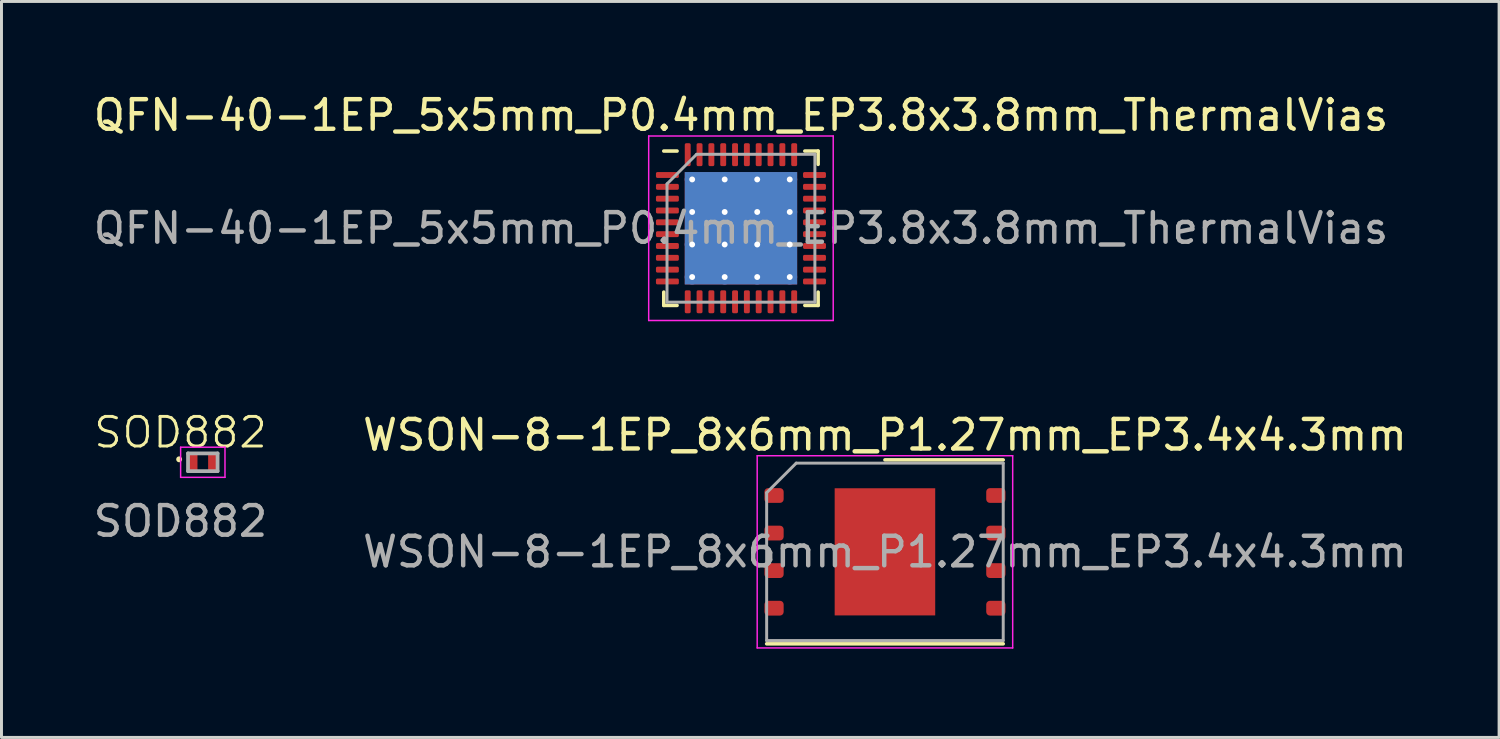
<source format=kicad_pcb>
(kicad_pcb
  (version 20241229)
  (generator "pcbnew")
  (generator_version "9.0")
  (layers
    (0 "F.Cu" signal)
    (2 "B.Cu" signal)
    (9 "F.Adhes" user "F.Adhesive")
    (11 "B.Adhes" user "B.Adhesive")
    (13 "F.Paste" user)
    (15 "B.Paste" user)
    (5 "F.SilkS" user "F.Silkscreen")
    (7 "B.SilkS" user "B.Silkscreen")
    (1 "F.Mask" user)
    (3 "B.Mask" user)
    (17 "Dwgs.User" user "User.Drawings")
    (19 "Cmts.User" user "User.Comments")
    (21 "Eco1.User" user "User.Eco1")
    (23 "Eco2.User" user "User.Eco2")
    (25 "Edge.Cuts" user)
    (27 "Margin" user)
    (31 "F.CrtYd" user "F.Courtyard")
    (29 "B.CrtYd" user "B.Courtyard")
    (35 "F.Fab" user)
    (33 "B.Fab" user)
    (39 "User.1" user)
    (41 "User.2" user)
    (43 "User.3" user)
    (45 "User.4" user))
  (footprint "SOD882"
    (layer "F.Cu")
    (at 3.814 12.584)
    (property "Reference" "SOD882" (at -0.76 -1.01 0) (unlocked yes) (layer "F.SilkS") (effects (font (size 1 1) (thickness 0.1))))
    (attr smd)
    (fp_circle (center -0.806 -0.102) (end -0.756 -0.102) (stroke (width 0.1) (type solid)) (fill no) (layer "F.SilkS"))
    (fp_line (start -0.756 -0.512) (end 0.744 -0.512) (stroke (width 0.05) (type solid)) (layer "F.CrtYd"))
    (fp_line (start -0.756 0.508) (end -0.756 -0.512) (stroke (width 0.05) (type solid)) (layer "F.CrtYd"))
    (fp_line (start 0.744 -0.512) (end 0.744 0.508) (stroke (width 0.05) (type solid)) (layer "F.CrtYd"))
    (fp_line (start 0.744 0.508) (end -0.756 0.508) (stroke (width 0.05) (type solid)) (layer "F.CrtYd"))
    (fp_line (start -0.506 -0.302) (end 0.494 -0.302) (stroke (width 0.127) (type solid)) (layer "F.Fab"))
    (fp_line (start -0.506 0.298) (end -0.506 -0.302) (stroke (width 0.127) (type solid)) (layer "F.Fab"))
    (fp_line (start 0.494 -0.302) (end 0.494 0.298) (stroke (width 0.127) (type solid)) (layer "F.Fab"))
    (fp_line (start 0.494 0.298) (end -0.506 0.298) (stroke (width 0.127) (type solid)) (layer "F.Fab"))
    (fp_text user "${REFERENCE}" (at -0.76 1.99 0) (unlocked yes) (layer "F.Fab") (effects (font (size 1 1) (thickness 0.15))))
    (pad "1" smd rect (at -0.331 -0.002) (size 0.29 0.53) (layers "F.Cu" "F.Mask" "F.Paste"))
    (pad "2" smd rect (at 0.319 -0.002) (size 0.29 0.53) (layers "F.Cu" "F.Mask" "F.Paste")))
  (footprint "QFN-40-1EP_5x5mm_P0.4mm_EP3.8x3.8mm_ThermalVias"
    (layer "F.Cu")
    (at 22.006 4.668)
    (property "Reference" "QFN-40-1EP_5x5mm_P0.4mm_EP3.8x3.8mm_ThermalVias" (at 0 -3.82 0) (layer "F.SilkS") (effects (font (size 1 1) (thickness 0.15))))
    (attr smd)
    (fp_line (start -2.61 2.61) (end -2.61 2.16) (stroke (width 0.12) (type solid)) (layer "F.SilkS"))
    (fp_line (start -2.16 -2.61) (end -2.61 -2.61) (stroke (width 0.12) (type solid)) (layer "F.SilkS"))
    (fp_line (start -2.16 2.61) (end -2.61 2.61) (stroke (width 0.12) (type solid)) (layer "F.SilkS"))
    (fp_line (start 2.16 -2.61) (end 2.61 -2.61) (stroke (width 0.12) (type solid)) (layer "F.SilkS"))
    (fp_line (start 2.16 2.61) (end 2.61 2.61) (stroke (width 0.12) (type solid)) (layer "F.SilkS"))
    (fp_line (start 2.61 -2.61) (end 2.61 -2.16) (stroke (width 0.12) (type solid)) (layer "F.SilkS"))
    (fp_line (start 2.61 2.61) (end 2.61 2.16) (stroke (width 0.12) (type solid)) (layer "F.SilkS"))
    (fp_line (start -3.12 -3.12) (end -3.12 3.12) (stroke (width 0.05) (type solid)) (layer "F.CrtYd"))
    (fp_line (start -3.12 3.12) (end 3.12 3.12) (stroke (width 0.05) (type solid)) (layer "F.CrtYd"))
    (fp_line (start 3.12 -3.12) (end -3.12 -3.12) (stroke (width 0.05) (type solid)) (layer "F.CrtYd"))
    (fp_line (start 3.12 3.12) (end 3.12 -3.12) (stroke (width 0.05) (type solid)) (layer "F.CrtYd"))
    (fp_line (start -2.5 -1.5) (end -1.5 -2.5) (stroke (width 0.1) (type solid)) (layer "F.Fab"))
    (fp_line (start -2.5 2.5) (end -2.5 -1.5) (stroke (width 0.1) (type solid)) (layer "F.Fab"))
    (fp_line (start -1.5 -2.5) (end 2.5 -2.5) (stroke (width 0.1) (type solid)) (layer "F.Fab"))
    (fp_line (start 2.5 -2.5) (end 2.5 2.5) (stroke (width 0.1) (type solid)) (layer "F.Fab"))
    (fp_line (start 2.5 2.5) (end -2.5 2.5) (stroke (width 0.1) (type solid)) (layer "F.Fab"))
    (fp_text user "${REFERENCE}" (at 0 0 0) (layer "F.Fab") (effects (font (size 1 1) (thickness 0.15))))
    (pad "" smd custom (at -1.1 -1.1) (size 0.865 0.865) (layers "F.Paste") (options (anchor circle)) (primitives (gr_poly (pts (xy 0.375 -0.279) (xy 0.375 0.279) (xy 0.279 0.375) (xy -0.279 0.375) (xy -0.375 0.279) (xy -0.375 -0.279) (xy -0.279 -0.375) (xy 0.279 -0.375)) (width 0.232) (fill yes))))
    (pad "" smd custom (at -1.1 0) (size 0.865 0.865) (layers "F.Paste") (options (anchor circle)) (primitives (gr_poly (pts (xy 0.375 -0.279) (xy 0.375 0.279) (xy 0.279 0.375) (xy -0.279 0.375) (xy -0.375 0.279) (xy -0.375 -0.279) (xy -0.279 -0.375) (xy 0.279 -0.375)) (width 0.232) (fill yes))))
    (pad "" smd custom (at -1.1 1.1) (size 0.865 0.865) (layers "F.Paste") (options (anchor circle)) (primitives (gr_poly (pts (xy 0.375 -0.279) (xy 0.375 0.279) (xy 0.279 0.375) (xy -0.279 0.375) (xy -0.375 0.279) (xy -0.375 -0.279) (xy -0.279 -0.375) (xy 0.279 -0.375)) (width 0.232) (fill yes))))
    (pad "" smd custom (at 0 -1.1) (size 0.865 0.865) (layers "F.Paste") (options (anchor circle)) (primitives (gr_poly (pts (xy 0.375 -0.279) (xy 0.375 0.279) (xy 0.279 0.375) (xy -0.279 0.375) (xy -0.375 0.279) (xy -0.375 -0.279) (xy -0.279 -0.375) (xy 0.279 -0.375)) (width 0.232) (fill yes))))
    (pad "" smd custom (at 0 0) (size 0.865 0.865) (layers "F.Paste") (options (anchor circle)) (primitives (gr_poly (pts (xy 0.375 -0.279) (xy 0.375 0.279) (xy 0.279 0.375) (xy -0.279 0.375) (xy -0.375 0.279) (xy -0.375 -0.279) (xy -0.279 -0.375) (xy 0.279 -0.375)) (width 0.232) (fill yes))))
    (pad "" smd custom (at 0 1.1) (size 0.865 0.865) (layers "F.Paste") (options (anchor circle)) (primitives (gr_poly (pts (xy 0.375 -0.279) (xy 0.375 0.279) (xy 0.279 0.375) (xy -0.279 0.375) (xy -0.375 0.279) (xy -0.375 -0.279) (xy -0.279 -0.375) (xy 0.279 -0.375)) (width 0.232) (fill yes))))
    (pad "" smd custom (at 1.1 -1.1) (size 0.865 0.865) (layers "F.Paste") (options (anchor circle)) (primitives (gr_poly (pts (xy 0.375 -0.279) (xy 0.375 0.279) (xy 0.279 0.375) (xy -0.279 0.375) (xy -0.375 0.279) (xy -0.375 -0.279) (xy -0.279 -0.375) (xy 0.279 -0.375)) (width 0.232) (fill yes))))
    (pad "" smd custom (at 1.1 0) (size 0.865 0.865) (layers "F.Paste") (options (anchor circle)) (primitives (gr_poly (pts (xy 0.375 -0.279) (xy 0.375 0.279) (xy 0.279 0.375) (xy -0.279 0.375) (xy -0.375 0.279) (xy -0.375 -0.279) (xy -0.279 -0.375) (xy 0.279 -0.375)) (width 0.232) (fill yes))))
    (pad "" smd custom (at 1.1 1.1) (size 0.865 0.865) (layers "F.Paste") (options (anchor circle)) (primitives (gr_poly (pts (xy 0.375 -0.279) (xy 0.375 0.279) (xy 0.279 0.375) (xy -0.279 0.375) (xy -0.375 0.279) (xy -0.375 -0.279) (xy -0.279 -0.375) (xy 0.279 -0.375)) (width 0.232) (fill yes))))
    (pad "1" smd roundrect (at -2.487 -1.8) (size 0.775 0.2) (layers "F.Cu" "F.Mask" "F.Paste") (roundrect_rratio 0.25))
    (pad "2" smd roundrect (at -2.487 -1.4) (size 0.775 0.2) (layers "F.Cu" "F.Mask" "F.Paste") (roundrect_rratio 0.25))
    (pad "3" smd roundrect (at -2.487 -1) (size 0.775 0.2) (layers "F.Cu" "F.Mask" "F.Paste") (roundrect_rratio 0.25))
    (pad "4" smd roundrect (at -2.487 -0.6) (size 0.775 0.2) (layers "F.Cu" "F.Mask" "F.Paste") (roundrect_rratio 0.25))
    (pad "5" smd roundrect (at -2.487 -0.2) (size 0.775 0.2) (layers "F.Cu" "F.Mask" "F.Paste") (roundrect_rratio 0.25))
    (pad "6" smd roundrect (at -2.487 0.2) (size 0.775 0.2) (layers "F.Cu" "F.Mask" "F.Paste") (roundrect_rratio 0.25))
    (pad "7" smd roundrect (at -2.487 0.6) (size 0.775 0.2) (layers "F.Cu" "F.Mask" "F.Paste") (roundrect_rratio 0.25))
    (pad "8" smd roundrect (at -2.487 1) (size 0.775 0.2) (layers "F.Cu" "F.Mask" "F.Paste") (roundrect_rratio 0.25))
    (pad "9" smd roundrect (at -2.487 1.4) (size 0.775 0.2) (layers "F.Cu" "F.Mask" "F.Paste") (roundrect_rratio 0.25))
    (pad "10" smd roundrect (at -2.487 1.8) (size 0.775 0.2) (layers "F.Cu" "F.Mask" "F.Paste") (roundrect_rratio 0.25))
    (pad "11" smd roundrect (at -1.8 2.487) (size 0.2 0.775) (layers "F.Cu" "F.Mask" "F.Paste") (roundrect_rratio 0.25))
    (pad "12" smd roundrect (at -1.4 2.487) (size 0.2 0.775) (layers "F.Cu" "F.Mask" "F.Paste") (roundrect_rratio 0.25))
    (pad "13" smd roundrect (at -1 2.487) (size 0.2 0.775) (layers "F.Cu" "F.Mask" "F.Paste") (roundrect_rratio 0.25))
    (pad "14" smd roundrect (at -0.6 2.487) (size 0.2 0.775) (layers "F.Cu" "F.Mask" "F.Paste") (roundrect_rratio 0.25))
    (pad "15" smd roundrect (at -0.2 2.487) (size 0.2 0.775) (layers "F.Cu" "F.Mask" "F.Paste") (roundrect_rratio 0.25))
    (pad "16" smd roundrect (at 0.2 2.487) (size 0.2 0.775) (layers "F.Cu" "F.Mask" "F.Paste") (roundrect_rratio 0.25))
    (pad "17" smd roundrect (at 0.6 2.487) (size 0.2 0.775) (layers "F.Cu" "F.Mask" "F.Paste") (roundrect_rratio 0.25))
    (pad "18" smd roundrect (at 1 2.487) (size 0.2 0.775) (layers "F.Cu" "F.Mask" "F.Paste") (roundrect_rratio 0.25))
    (pad "19" smd roundrect (at 1.4 2.487) (size 0.2 0.775) (layers "F.Cu" "F.Mask" "F.Paste") (roundrect_rratio 0.25))
    (pad "20" smd roundrect (at 1.8 2.487) (size 0.2 0.775) (layers "F.Cu" "F.Mask" "F.Paste") (roundrect_rratio 0.25))
    (pad "21" smd roundrect (at 2.487 1.8) (size 0.775 0.2) (layers "F.Cu" "F.Mask" "F.Paste") (roundrect_rratio 0.25))
    (pad "22" smd roundrect (at 2.487 1.4) (size 0.775 0.2) (layers "F.Cu" "F.Mask" "F.Paste") (roundrect_rratio 0.25))
    (pad "23" smd roundrect (at 2.487 1) (size 0.775 0.2) (layers "F.Cu" "F.Mask" "F.Paste") (roundrect_rratio 0.25))
    (pad "24" smd roundrect (at 2.487 0.6) (size 0.775 0.2) (layers "F.Cu" "F.Mask" "F.Paste") (roundrect_rratio 0.25))
    (pad "25" smd roundrect (at 2.487 0.2) (size 0.775 0.2) (layers "F.Cu" "F.Mask" "F.Paste") (roundrect_rratio 0.25))
    (pad "26" smd roundrect (at 2.487 -0.2) (size 0.775 0.2) (layers "F.Cu" "F.Mask" "F.Paste") (roundrect_rratio 0.25))
    (pad "27" smd roundrect (at 2.487 -0.6) (size 0.775 0.2) (layers "F.Cu" "F.Mask" "F.Paste") (roundrect_rratio 0.25))
    (pad "28" smd roundrect (at 2.487 -1) (size 0.775 0.2) (layers "F.Cu" "F.Mask" "F.Paste") (roundrect_rratio 0.25))
    (pad "29" smd roundrect (at 2.487 -1.4) (size 0.775 0.2) (layers "F.Cu" "F.Mask" "F.Paste") (roundrect_rratio 0.25))
    (pad "30" smd roundrect (at 2.487 -1.8) (size 0.775 0.2) (layers "F.Cu" "F.Mask" "F.Paste") (roundrect_rratio 0.25))
    (pad "31" smd roundrect (at 1.8 -2.487) (size 0.2 0.775) (layers "F.Cu" "F.Mask" "F.Paste") (roundrect_rratio 0.25))
    (pad "32" smd roundrect (at 1.4 -2.487) (size 0.2 0.775) (layers "F.Cu" "F.Mask" "F.Paste") (roundrect_rratio 0.25))
    (pad "33" smd roundrect (at 1 -2.487) (size 0.2 0.775) (layers "F.Cu" "F.Mask" "F.Paste") (roundrect_rratio 0.25))
    (pad "34" smd roundrect (at 0.6 -2.487) (size 0.2 0.775) (layers "F.Cu" "F.Mask" "F.Paste") (roundrect_rratio 0.25))
    (pad "35" smd roundrect (at 0.2 -2.487) (size 0.2 0.775) (layers "F.Cu" "F.Mask" "F.Paste") (roundrect_rratio 0.25))
    (pad "36" smd roundrect (at -0.2 -2.487) (size 0.2 0.775) (layers "F.Cu" "F.Mask" "F.Paste") (roundrect_rratio 0.25))
    (pad "37" smd roundrect (at -0.6 -2.487) (size 0.2 0.775) (layers "F.Cu" "F.Mask" "F.Paste") (roundrect_rratio 0.25))
    (pad "38" smd roundrect (at -1 -2.487) (size 0.2 0.775) (layers "F.Cu" "F.Mask" "F.Paste") (roundrect_rratio 0.25))
    (pad "39" smd roundrect (at -1.4 -2.487) (size 0.2 0.775) (layers "F.Cu" "F.Mask" "F.Paste") (roundrect_rratio 0.25))
    (pad "40" smd roundrect (at -1.8 -2.487) (size 0.2 0.775) (layers "F.Cu" "F.Mask" "F.Paste") (roundrect_rratio 0.25))
    (pad "41" thru_hole circle (at -1.65 -1.65) (size 0.5 0.5) (drill 0.2) (layers "*.Cu"))
    (pad "41" thru_hole circle (at -1.65 -0.55) (size 0.5 0.5) (drill 0.2) (layers "*.Cu"))
    (pad "41" thru_hole circle (at -1.65 0.55) (size 0.5 0.5) (drill 0.2) (layers "*.Cu"))
    (pad "41" thru_hole circle (at -1.65 1.65) (size 0.5 0.5) (drill 0.2) (layers "*.Cu"))
    (pad "41" thru_hole circle (at -0.55 -1.65) (size 0.5 0.5) (drill 0.2) (layers "*.Cu"))
    (pad "41" thru_hole circle (at -0.55 -0.55) (size 0.5 0.5) (drill 0.2) (layers "*.Cu"))
    (pad "41" thru_hole circle (at -0.55 0.55) (size 0.5 0.5) (drill 0.2) (layers "*.Cu"))
    (pad "41" thru_hole circle (at -0.55 1.65) (size 0.5 0.5) (drill 0.2) (layers "*.Cu"))
    (pad "41" smd rect (at 0 0) (size 3.8 3.8) (layers "F.Cu" "F.Mask"))
    (pad "41" smd rect (at 0 0) (size 3.8 3.8) (layers "B.Cu"))
    (pad "41" thru_hole circle (at 0.55 -1.65) (size 0.5 0.5) (drill 0.2) (layers "*.Cu"))
    (pad "41" thru_hole circle (at 0.55 -0.55) (size 0.5 0.5) (drill 0.2) (layers "*.Cu"))
    (pad "41" thru_hole circle (at 0.55 0.55) (size 0.5 0.5) (drill 0.2) (layers "*.Cu"))
    (pad "41" thru_hole circle (at 0.55 1.65) (size 0.5 0.5) (drill 0.2) (layers "*.Cu"))
    (pad "41" thru_hole circle (at 1.65 -1.65) (size 0.5 0.5) (drill 0.2) (layers "*.Cu"))
    (pad "41" thru_hole circle (at 1.65 -0.55) (size 0.5 0.5) (drill 0.2) (layers "*.Cu"))
    (pad "41" thru_hole circle (at 1.65 0.55) (size 0.5 0.5) (drill 0.2) (layers "*.Cu"))
    (pad "41" thru_hole circle (at 1.65 1.65) (size 0.5 0.5) (drill 0.2) (layers "*.Cu")))
  (footprint "WSON-8-1EP_8x6mm_P1.27mm_EP3.4x4.3mm"
    (layer "F.Cu")
    (at 26.875 15.611)
    (property "Reference" "WSON-8-1EP_8x6mm_P1.27mm_EP3.4x4.3mm" (at 0 -3.95 0) (layer "F.SilkS") (effects (font (size 1 1) (thickness 0.15))))
    (attr smd)
    (fp_line (start -4 3.11) (end 4 3.11) (stroke (width 0.12) (type solid)) (layer "F.SilkS"))
    (fp_line (start 0 -3.11) (end 4 -3.11) (stroke (width 0.12) (type solid)) (layer "F.SilkS"))
    (fp_line (start -4.32 -3.25) (end -4.32 3.25) (stroke (width 0.05) (type solid)) (layer "F.CrtYd"))
    (fp_line (start -4.32 3.25) (end 4.32 3.25) (stroke (width 0.05) (type solid)) (layer "F.CrtYd"))
    (fp_line (start 4.32 -3.25) (end -4.32 -3.25) (stroke (width 0.05) (type solid)) (layer "F.CrtYd"))
    (fp_line (start 4.32 3.25) (end 4.32 -3.25) (stroke (width 0.05) (type solid)) (layer "F.CrtYd"))
    (fp_line (start -4 -2) (end -3 -3) (stroke (width 0.1) (type solid)) (layer "F.Fab"))
    (fp_line (start -4 3) (end -4 -2) (stroke (width 0.1) (type solid)) (layer "F.Fab"))
    (fp_line (start -3 -3) (end 4 -3) (stroke (width 0.1) (type solid)) (layer "F.Fab"))
    (fp_line (start 4 -3) (end 4 3) (stroke (width 0.1) (type solid)) (layer "F.Fab"))
    (fp_line (start 4 3) (end -4 3) (stroke (width 0.1) (type solid)) (layer "F.Fab"))
    (fp_text user "${REFERENCE}" (at 0 0 0) (layer "F.Fab") (effects (font (size 1 1) (thickness 0.15))))
    (pad "" smd roundrect (at -0.85 -1.075) (size 1.37 1.73) (layers "F.Paste") (roundrect_rratio 0.182))
    (pad "" smd roundrect (at -0.85 1.075) (size 1.37 1.73) (layers "F.Paste") (roundrect_rratio 0.182))
    (pad "" smd roundrect (at 0.85 -1.075) (size 1.37 1.73) (layers "F.Paste") (roundrect_rratio 0.182))
    (pad "" smd roundrect (at 0.85 1.075) (size 1.37 1.73) (layers "F.Paste") (roundrect_rratio 0.182))
    (pad "1" smd roundrect (at -3.75 -1.905) (size 0.65 0.5) (layers "F.Cu" "F.Mask" "F.Paste") (roundrect_rratio 0.25))
    (pad "2" smd roundrect (at -3.75 -0.635) (size 0.65 0.5) (layers "F.Cu" "F.Mask" "F.Paste") (roundrect_rratio 0.25))
    (pad "3" smd roundrect (at -3.75 0.635) (size 0.65 0.5) (layers "F.Cu" "F.Mask" "F.Paste") (roundrect_rratio 0.25))
    (pad "4" smd roundrect (at -3.75 1.905) (size 0.65 0.5) (layers "F.Cu" "F.Mask" "F.Paste") (roundrect_rratio 0.25))
    (pad "5" smd roundrect (at 3.75 1.905) (size 0.65 0.5) (layers "F.Cu" "F.Mask" "F.Paste") (roundrect_rratio 0.25))
    (pad "6" smd roundrect (at 3.75 0.635) (size 0.65 0.5) (layers "F.Cu" "F.Mask" "F.Paste") (roundrect_rratio 0.25))
    (pad "7" smd roundrect (at 3.75 -0.635) (size 0.65 0.5) (layers "F.Cu" "F.Mask" "F.Paste") (roundrect_rratio 0.25))
    (pad "8" smd roundrect (at 3.75 -1.905) (size 0.65 0.5) (layers "F.Cu" "F.Mask" "F.Paste") (roundrect_rratio 0.25))
    (pad "9" smd rect (at 0 0) (size 3.4 4.3) (layers "F.Cu" "F.Mask")))
  (gr_rect
    (start -3 -3)
    (end 47.643 21.887)
    (stroke (width 0.1) (type default))
    (fill no)
    (layer "Edge.Cuts")))
</source>
